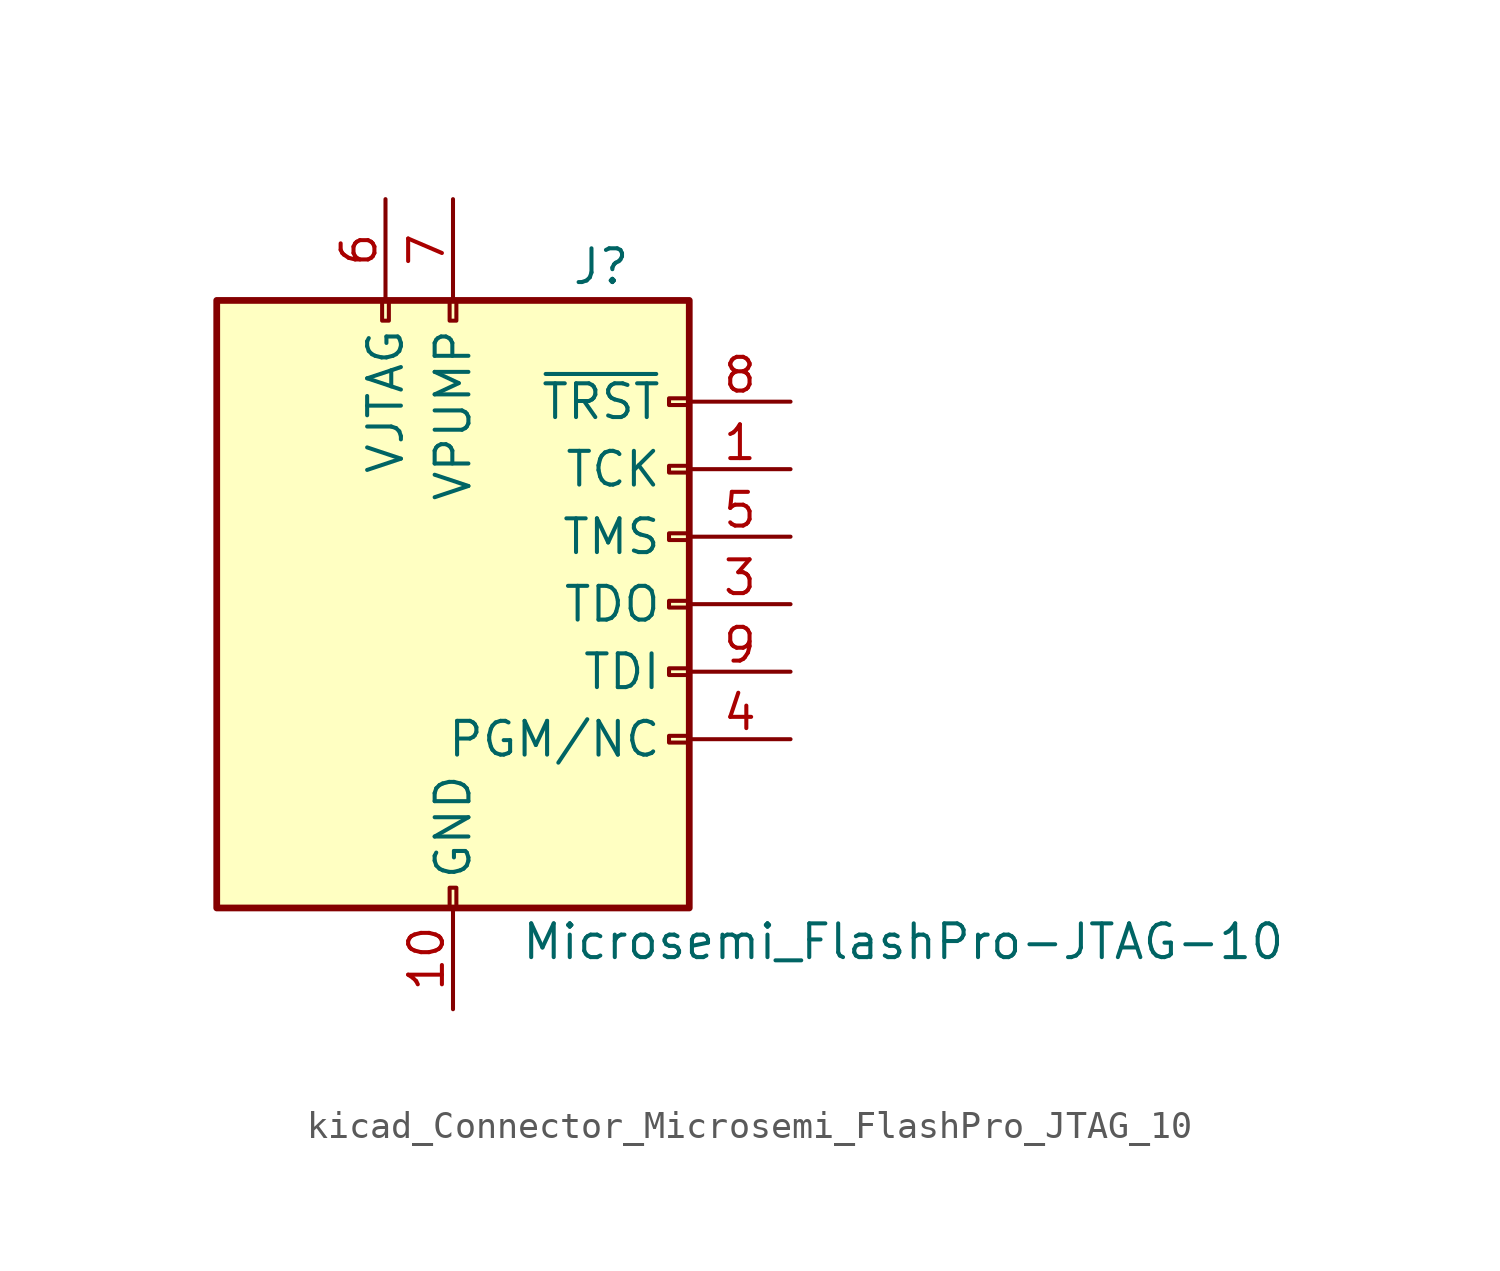
<source format=kicad_sym>
(kicad_symbol_lib
  (version 20220914)
  (generator kicad_symbol_editor)
  (symbol "kicad_Connector_Microsemi_FlashPro_JTAG_10"
    (pin_names
      (offset 1.016))
    (property "Reference" "J"
      (at 4.445 12.7 0)
      (effects (font (size 1.27 1.27)) (justify left)))
    (property "Value" "Microsemi_FlashPro-JTAG-10"
      (at 2.54 -12.7 0)
      (effects (font (size 1.27 1.27)) (justify left)))
    (symbol "kicad_Connector_Microsemi_FlashPro_JTAG_10_0_1"
      (rectangle (start -2.667 11.43) (end -2.413 10.668) (stroke (width 0) (type default)) (fill (type none)))
      (rectangle (start -0.127 -10.668) (end 0.127 -11.43) (stroke (width 0) (type default)) (fill (type none)))
      (rectangle (start -0.127 11.43) (end 0.127 10.668) (stroke (width 0) (type default)) (fill (type none)))
      (rectangle (start 8.89 -4.953) (end 8.128 -5.207) (stroke (width 0) (type default)) (fill (type none)))
      (rectangle (start 8.89 -2.413) (end 8.128 -2.667) (stroke (width 0) (type default)) (fill (type none)))
      (rectangle (start 8.89 0.127) (end 8.128 -0.127) (stroke (width 0) (type default)) (fill (type none)))
      (rectangle (start 8.89 2.667) (end 8.128 2.413) (stroke (width 0) (type default)) (fill (type none)))
      (rectangle (start 8.89 5.207) (end 8.128 4.953) (stroke (width 0) (type default)) (fill (type none)))
      (rectangle (start 8.89 7.747) (end 8.128 7.493) (stroke (width 0) (type default)) (fill (type none)))
      (rectangle (start 8.89 11.43) (end -8.89 -11.43) (stroke (width 0.254) (type default)) (fill (type background))))
    (symbol "kicad_Connector_Microsemi_FlashPro_JTAG_10_1_1"
      (pin passive line (at 12.7 5.08 180) (length 3.81) (name "TCK" (effects (font (size 1.27 1.27)))) (number "1" (effects (font (size 1.27 1.27)))))
      (pin power_in line (at 0 -15.24 90) (length 3.81) (name "GND" (effects (font (size 1.27 1.27)))) (number "10" (effects (font (size 1.27 1.27)))))
      (pin passive line (at 0 -15.24 90) (length 3.81) hide (name "GND" (effects (font (size 1.27 1.27)))) (number "2" (effects (font (size 1.27 1.27)))))
      (pin passive line (at 12.7 0 180) (length 3.81) (name "TDO" (effects (font (size 1.27 1.27)))) (number "3" (effects (font (size 1.27 1.27)))))
      (pin passive line (at 12.7 -5.08 180) (length 3.81) (name "PGM/NC" (effects (font (size 1.27 1.27)))) (number "4" (effects (font (size 1.27 1.27)))))
      (pin passive line (at 12.7 2.54 180) (length 3.81) (name "TMS" (effects (font (size 1.27 1.27)))) (number "5" (effects (font (size 1.27 1.27)))))
      (pin power_in line (at -2.54 15.24 270) (length 3.81) (name "VJTAG" (effects (font (size 1.27 1.27)))) (number "6" (effects (font (size 1.27 1.27)))))
      (pin power_out line (at 0 15.24 270) (length 3.81) (name "VPUMP" (effects (font (size 1.27 1.27)))) (number "7" (effects (font (size 1.27 1.27)))))
      (pin passive line (at 12.7 7.62 180) (length 3.81) (name "~{TRST}" (effects (font (size 1.27 1.27)))) (number "8" (effects (font (size 1.27 1.27)))))
      (pin passive line (at 12.7 -2.54 180) (length 3.81) (name "TDI" (effects (font (size 1.27 1.27)))) (number "9" (effects (font (size 1.27 1.27))))))))
</source>
